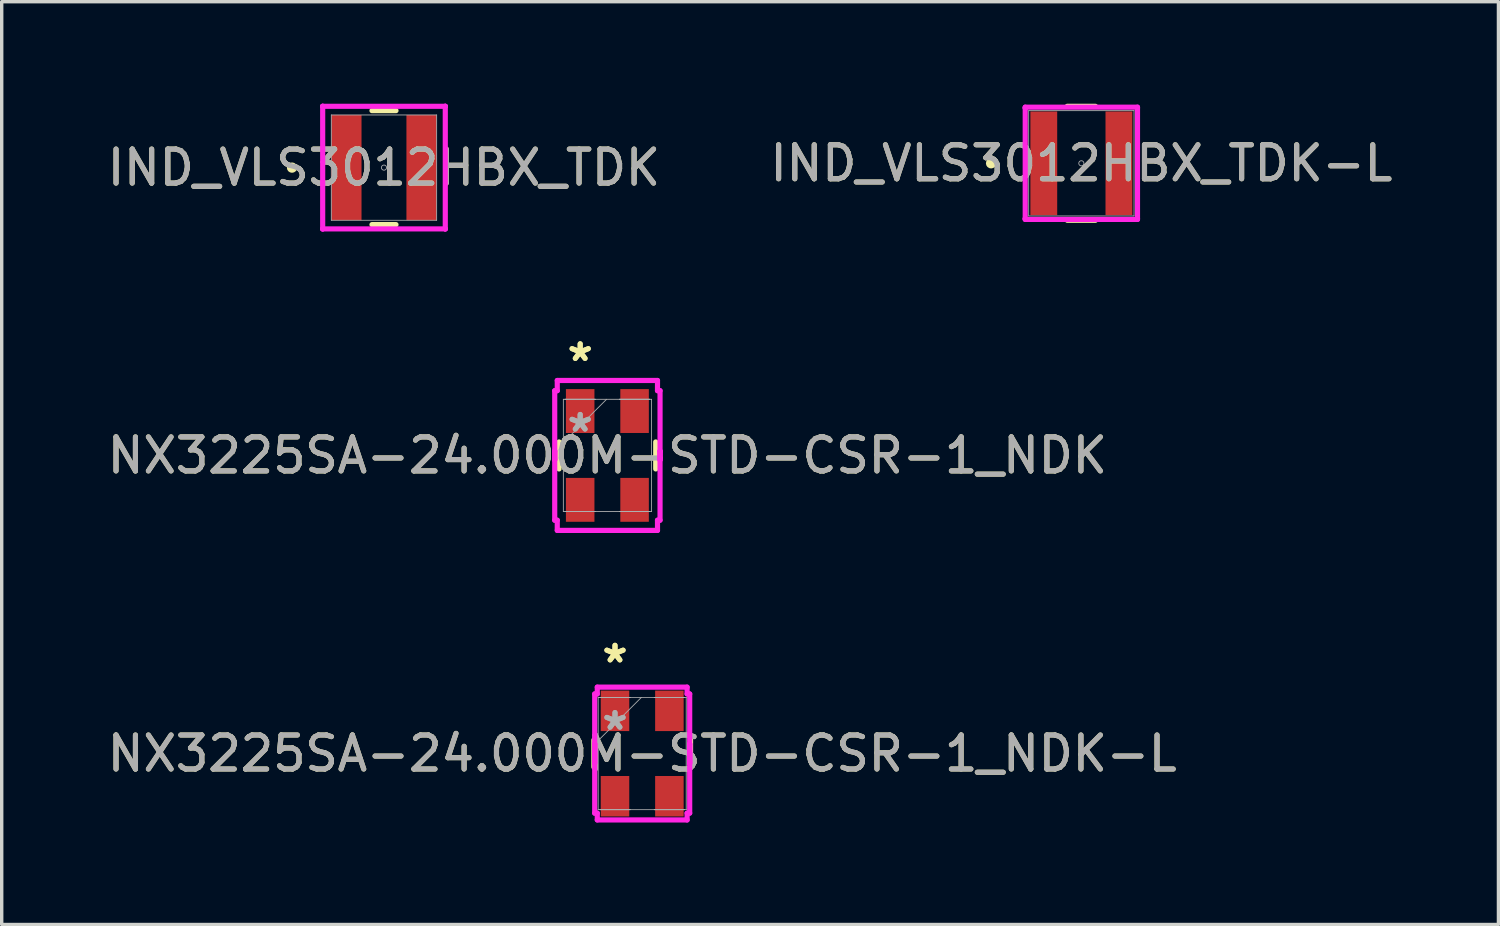
<source format=kicad_pcb>
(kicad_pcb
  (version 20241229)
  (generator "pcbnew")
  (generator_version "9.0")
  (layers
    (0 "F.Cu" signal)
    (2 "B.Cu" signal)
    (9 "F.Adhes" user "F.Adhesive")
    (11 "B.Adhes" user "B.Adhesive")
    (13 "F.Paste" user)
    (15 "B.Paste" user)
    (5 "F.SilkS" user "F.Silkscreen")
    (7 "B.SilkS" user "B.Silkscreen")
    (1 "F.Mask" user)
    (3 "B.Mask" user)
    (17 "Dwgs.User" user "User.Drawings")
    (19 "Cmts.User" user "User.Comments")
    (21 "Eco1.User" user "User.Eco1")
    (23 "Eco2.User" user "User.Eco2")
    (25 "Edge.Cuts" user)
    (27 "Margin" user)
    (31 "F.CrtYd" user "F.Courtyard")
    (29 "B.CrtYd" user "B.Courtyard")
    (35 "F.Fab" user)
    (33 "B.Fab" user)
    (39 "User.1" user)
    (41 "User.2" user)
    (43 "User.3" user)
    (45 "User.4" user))
  (footprint "IND_VLS3012HBX_TDK-L"
    (layer "F.Cu")
    (at 28.756 1.753)
    (property "Reference" "IND_VLS3012HBX_TDK-L" (at 0 0 0) (unlocked yes) (layer "F.SilkS") (effects (font (size 1 1) (thickness 0.15))))
    (attr smd)
    (fp_line (start -0.414 1.676) (end 0.414 1.676) (stroke (width 0.152) (type solid)) (layer "F.SilkS"))
    (fp_line (start 0.414 -1.676) (end -0.414 -1.676) (stroke (width 0.152) (type solid)) (layer "F.SilkS"))
    (fp_circle (center -2.655 0) (end -2.579 0) (stroke (width 0.152) (type solid)) (fill no) (layer "F.SilkS"))
    (fp_line (start -1.651 -1.651) (end 1.651 -1.651) (stroke (width 0.152) (type solid)) (layer "F.CrtYd"))
    (fp_line (start -1.651 -1.626) (end -1.651 -1.651) (stroke (width 0.152) (type solid)) (layer "F.CrtYd"))
    (fp_line (start -1.651 -1.626) (end -1.651 -1.626) (stroke (width 0.152) (type solid)) (layer "F.CrtYd"))
    (fp_line (start -1.651 1.626) (end -1.651 -1.626) (stroke (width 0.152) (type solid)) (layer "F.CrtYd"))
    (fp_line (start -1.651 1.626) (end -1.651 1.626) (stroke (width 0.152) (type solid)) (layer "F.CrtYd"))
    (fp_line (start -1.651 1.651) (end -1.651 1.626) (stroke (width 0.152) (type solid)) (layer "F.CrtYd"))
    (fp_line (start 1.651 -1.651) (end 1.651 -1.626) (stroke (width 0.152) (type solid)) (layer "F.CrtYd"))
    (fp_line (start 1.651 -1.626) (end 1.651 -1.626) (stroke (width 0.152) (type solid)) (layer "F.CrtYd"))
    (fp_line (start 1.651 -1.626) (end 1.651 1.626) (stroke (width 0.152) (type solid)) (layer "F.CrtYd"))
    (fp_line (start 1.651 1.626) (end 1.651 1.626) (stroke (width 0.152) (type solid)) (layer "F.CrtYd"))
    (fp_line (start 1.651 1.626) (end 1.651 1.651) (stroke (width 0.152) (type solid)) (layer "F.CrtYd"))
    (fp_line (start 1.651 1.651) (end -1.651 1.651) (stroke (width 0.152) (type solid)) (layer "F.CrtYd"))
    (fp_line (start -1.549 -1.549) (end -1.549 1.549) (stroke (width 0.025) (type solid)) (layer "F.Fab"))
    (fp_line (start -1.549 1.549) (end 1.549 1.549) (stroke (width 0.025) (type solid)) (layer "F.Fab"))
    (fp_line (start 1.549 -1.549) (end -1.549 -1.549) (stroke (width 0.025) (type solid)) (layer "F.Fab"))
    (fp_line (start 1.549 1.549) (end 1.549 -1.549) (stroke (width 0.025) (type solid)) (layer "F.Fab"))
    (fp_circle (center 0 0) (end 0.076 0) (stroke (width 0.025) (type solid)) (fill no) (layer "F.Fab"))
    (fp_text user "${REFERENCE}" (at 0 0 0) (unlocked yes) (layer "F.Fab") (effects (font (size 1 1) (thickness 0.15))))
    (pad "1" smd rect (at -1.105 0) (size 0.789 3.049) (layers "F.Cu" "F.Mask" "F.Paste"))
    (pad "2" smd rect (at 1.105 0) (size 0.789 3.049) (layers "F.Cu" "F.Mask" "F.Paste")))
  (footprint "NX3225SA-24.000M-STD-CSR-1_NDK-L"
    (layer "F.Cu")
    (at 15.839 19.114)
    (property "Reference" "NX3225SA-24.000M-STD-CSR-1_NDK-L" (at 0 0 0) (unlocked yes) (layer "F.SilkS") (effects (font (size 1 1) (thickness 0.15))))
    (attr smd)
    (fp_line (start -1.422 -0.397) (end -1.422 0.397) (stroke (width 0.152) (type solid)) (layer "F.SilkS"))
    (fp_line (start 1.422 0.397) (end 1.422 -0.397) (stroke (width 0.152) (type solid)) (layer "F.SilkS"))
    (fp_line (start -1.397 -1.753) (end -1.321 -1.753) (stroke (width 0.152) (type solid)) (layer "F.CrtYd"))
    (fp_line (start -1.397 -0.279) (end -1.397 -0.279) (stroke (width 0.152) (type solid)) (layer "F.CrtYd"))
    (fp_line (start -1.397 -0.279) (end -1.397 0.279) (stroke (width 0.152) (type solid)) (layer "F.CrtYd"))
    (fp_line (start -1.397 0.279) (end -1.397 -1.753) (stroke (width 0.152) (type solid)) (layer "F.CrtYd"))
    (fp_line (start -1.397 0.279) (end -1.397 0.279) (stroke (width 0.152) (type solid)) (layer "F.CrtYd"))
    (fp_line (start -1.397 1.753) (end -1.397 -0.279) (stroke (width 0.152) (type solid)) (layer "F.CrtYd"))
    (fp_line (start -1.321 -1.953) (end 1.321 -1.953) (stroke (width 0.152) (type solid)) (layer "F.CrtYd"))
    (fp_line (start -1.321 -1.753) (end -1.321 -1.953) (stroke (width 0.152) (type solid)) (layer "F.CrtYd"))
    (fp_line (start -1.321 1.753) (end -1.397 1.753) (stroke (width 0.152) (type solid)) (layer "F.CrtYd"))
    (fp_line (start -1.321 1.953) (end -1.321 1.753) (stroke (width 0.152) (type solid)) (layer "F.CrtYd"))
    (fp_line (start 1.321 -1.953) (end 1.321 -1.753) (stroke (width 0.152) (type solid)) (layer "F.CrtYd"))
    (fp_line (start 1.321 -1.753) (end 1.397 -1.753) (stroke (width 0.152) (type solid)) (layer "F.CrtYd"))
    (fp_line (start 1.321 1.753) (end 1.321 1.953) (stroke (width 0.152) (type solid)) (layer "F.CrtYd"))
    (fp_line (start 1.321 1.953) (end -1.321 1.953) (stroke (width 0.152) (type solid)) (layer "F.CrtYd"))
    (fp_line (start 1.397 -1.753) (end 1.397 0.279) (stroke (width 0.152) (type solid)) (layer "F.CrtYd"))
    (fp_line (start 1.397 -0.279) (end 1.397 -0.279) (stroke (width 0.152) (type solid)) (layer "F.CrtYd"))
    (fp_line (start 1.397 -0.279) (end 1.397 1.753) (stroke (width 0.152) (type solid)) (layer "F.CrtYd"))
    (fp_line (start 1.397 0.279) (end 1.397 -0.279) (stroke (width 0.152) (type solid)) (layer "F.CrtYd"))
    (fp_line (start 1.397 0.279) (end 1.397 0.279) (stroke (width 0.152) (type solid)) (layer "F.CrtYd"))
    (fp_line (start 1.397 1.753) (end 1.321 1.753) (stroke (width 0.152) (type solid)) (layer "F.CrtYd"))
    (fp_line (start -1.295 -1.651) (end -1.295 -1.651) (stroke (width 0.025) (type solid)) (layer "F.Fab"))
    (fp_line (start -1.295 -1.651) (end -1.295 1.651) (stroke (width 0.025) (type solid)) (layer "F.Fab"))
    (fp_line (start -1.295 -0.381) (end -0.025 -1.651) (stroke (width 0.025) (type solid)) (layer "F.Fab"))
    (fp_line (start -1.295 1.651) (end -1.295 1.651) (stroke (width 0.025) (type solid)) (layer "F.Fab"))
    (fp_line (start -1.295 1.651) (end 1.295 1.651) (stroke (width 0.025) (type solid)) (layer "F.Fab"))
    (fp_line (start -1.245 -1.651) (end -1.245 -1.651) (stroke (width 0.025) (type solid)) (layer "F.Fab"))
    (fp_line (start -1.245 -1.651) (end -0.356 -1.651) (stroke (width 0.025) (type solid)) (layer "F.Fab"))
    (fp_line (start -1.245 1.651) (end -1.245 1.651) (stroke (width 0.025) (type solid)) (layer "F.Fab"))
    (fp_line (start -1.245 1.651) (end -0.356 1.651) (stroke (width 0.025) (type solid)) (layer "F.Fab"))
    (fp_line (start -0.356 -1.651) (end -1.245 -1.651) (stroke (width 0.025) (type solid)) (layer "F.Fab"))
    (fp_line (start -0.356 -1.651) (end -0.356 -1.651) (stroke (width 0.025) (type solid)) (layer "F.Fab"))
    (fp_line (start -0.356 1.651) (end -1.245 1.651) (stroke (width 0.025) (type solid)) (layer "F.Fab"))
    (fp_line (start -0.356 1.651) (end -0.356 1.651) (stroke (width 0.025) (type solid)) (layer "F.Fab"))
    (fp_line (start 0.356 -1.651) (end 0.356 -1.651) (stroke (width 0.025) (type solid)) (layer "F.Fab"))
    (fp_line (start 0.356 -1.651) (end 1.245 -1.651) (stroke (width 0.025) (type solid)) (layer "F.Fab"))
    (fp_line (start 0.356 1.651) (end 0.356 1.651) (stroke (width 0.025) (type solid)) (layer "F.Fab"))
    (fp_line (start 0.356 1.651) (end 1.245 1.651) (stroke (width 0.025) (type solid)) (layer "F.Fab"))
    (fp_line (start 1.245 -1.651) (end 0.356 -1.651) (stroke (width 0.025) (type solid)) (layer "F.Fab"))
    (fp_line (start 1.245 -1.651) (end 1.245 -1.651) (stroke (width 0.025) (type solid)) (layer "F.Fab"))
    (fp_line (start 1.245 1.651) (end 0.356 1.651) (stroke (width 0.025) (type solid)) (layer "F.Fab"))
    (fp_line (start 1.245 1.651) (end 1.245 1.651) (stroke (width 0.025) (type solid)) (layer "F.Fab"))
    (fp_line (start 1.295 -1.651) (end -1.295 -1.651) (stroke (width 0.025) (type solid)) (layer "F.Fab"))
    (fp_line (start 1.295 -1.651) (end 1.295 -1.651) (stroke (width 0.025) (type solid)) (layer "F.Fab"))
    (fp_line (start 1.295 1.651) (end 1.295 -1.651) (stroke (width 0.025) (type solid)) (layer "F.Fab"))
    (fp_line (start 1.295 1.651) (end 1.295 1.651) (stroke (width 0.025) (type solid)) (layer "F.Fab"))
    (fp_text user "*" (at -0.8 -2.638 0) (layer "F.SilkS") (effects (font (size 1 1) (thickness 0.15))))
    (fp_text user "*" (at -0.8 -2.638 0) (unlocked yes) (layer "F.SilkS") (effects (font (size 1 1) (thickness 0.15))))
    (fp_text user "${REFERENCE}" (at 0 0 0) (unlocked yes) (layer "F.Fab") (effects (font (size 1 1) (thickness 0.15))))
    (fp_text user "*" (at -0.8 -0.66 0) (unlocked yes) (layer "F.Fab") (effects (font (size 1 1) (thickness 0.15))))
    (fp_text user "*" (at -0.8 -0.66 0) (layer "F.Fab") (effects (font (size 1 1) (thickness 0.15))))
    (pad "1" smd rect (at -0.8 -1.256) (size 0.839 1.191) (layers "F.Cu" "F.Mask" "F.Paste"))
    (pad "2" smd rect (at -0.8 1.256) (size 0.839 1.191) (layers "F.Cu" "F.Mask" "F.Paste"))
    (pad "3" smd rect (at 0.8 1.256) (size 0.839 1.191) (layers "F.Cu" "F.Mask" "F.Paste"))
    (pad "4" smd rect (at 0.8 -1.256) (size 0.839 1.191) (layers "F.Cu" "F.Mask" "F.Paste")))
  (footprint "IND_VLS3012HBX_TDK"
    (layer "F.Cu")
    (at 8.244 1.88)
    (property "Reference" "IND_VLS3012HBX_TDK" (at 0 0 0) (unlocked yes) (layer "F.SilkS") (effects (font (size 1 1) (thickness 0.15))))
    (attr smd)
    (fp_line (start -0.353 1.676) (end 0.353 1.676) (stroke (width 0.152) (type solid)) (layer "F.SilkS"))
    (fp_line (start 0.353 -1.676) (end -0.353 -1.676) (stroke (width 0.152) (type solid)) (layer "F.SilkS"))
    (fp_circle (center -2.705 0) (end -2.629 0) (stroke (width 0.152) (type solid)) (fill no) (layer "F.SilkS"))
    (fp_line (start -1.803 -1.803) (end -1.803 -1.803) (stroke (width 0.152) (type solid)) (layer "F.CrtYd"))
    (fp_line (start -1.803 -1.803) (end -1.803 -1.803) (stroke (width 0.152) (type solid)) (layer "F.CrtYd"))
    (fp_line (start -1.803 -1.803) (end 1.803 -1.803) (stroke (width 0.152) (type solid)) (layer "F.CrtYd"))
    (fp_line (start -1.803 1.803) (end -1.803 -1.803) (stroke (width 0.152) (type solid)) (layer "F.CrtYd"))
    (fp_line (start -1.803 1.803) (end -1.803 1.803) (stroke (width 0.152) (type solid)) (layer "F.CrtYd"))
    (fp_line (start -1.803 1.803) (end -1.803 1.803) (stroke (width 0.152) (type solid)) (layer "F.CrtYd"))
    (fp_line (start 1.803 -1.803) (end 1.803 -1.803) (stroke (width 0.152) (type solid)) (layer "F.CrtYd"))
    (fp_line (start 1.803 -1.803) (end 1.803 -1.803) (stroke (width 0.152) (type solid)) (layer "F.CrtYd"))
    (fp_line (start 1.803 -1.803) (end 1.803 1.803) (stroke (width 0.152) (type solid)) (layer "F.CrtYd"))
    (fp_line (start 1.803 1.803) (end -1.803 1.803) (stroke (width 0.152) (type solid)) (layer "F.CrtYd"))
    (fp_line (start 1.803 1.803) (end 1.803 1.803) (stroke (width 0.152) (type solid)) (layer "F.CrtYd"))
    (fp_line (start 1.803 1.803) (end 1.803 1.803) (stroke (width 0.152) (type solid)) (layer "F.CrtYd"))
    (fp_line (start -1.549 -1.549) (end -1.549 1.549) (stroke (width 0.025) (type solid)) (layer "F.Fab"))
    (fp_line (start -1.549 1.549) (end 1.549 1.549) (stroke (width 0.025) (type solid)) (layer "F.Fab"))
    (fp_line (start 1.549 -1.549) (end -1.549 -1.549) (stroke (width 0.025) (type solid)) (layer "F.Fab"))
    (fp_line (start 1.549 1.549) (end 1.549 -1.549) (stroke (width 0.025) (type solid)) (layer "F.Fab"))
    (fp_circle (center 0 0) (end 0.076 0) (stroke (width 0.025) (type solid)) (fill no) (layer "F.Fab"))
    (fp_text user "${REFERENCE}" (at 0 0 0) (unlocked yes) (layer "F.Fab") (effects (font (size 1 1) (thickness 0.15))))
    (pad "1" smd rect (at -1.105 0) (size 0.889 3.099) (layers "F.Cu" "F.Mask" "F.Paste"))
    (pad "2" smd rect (at 1.105 0) (size 0.889 3.099) (layers "F.Cu" "F.Mask" "F.Paste")))
  (footprint "NX3225SA-24.000M-STD-CSR-1_NDK"
    (layer "F.Cu")
    (at 14.815 10.346)
    (property "Reference" "NX3225SA-24.000M-STD-CSR-1_NDK" (at 0 0 0) (unlocked yes) (layer "F.SilkS") (effects (font (size 1 1) (thickness 0.15))))
    (attr smd)
    (fp_line (start -1.422 -0.397) (end -1.422 0.397) (stroke (width 0.152) (type solid)) (layer "F.SilkS"))
    (fp_line (start 1.422 0.397) (end 1.422 -0.397) (stroke (width 0.152) (type solid)) (layer "F.SilkS"))
    (fp_line (start -1.549 -1.905) (end -1.474 -1.905) (stroke (width 0.152) (type solid)) (layer "F.CrtYd"))
    (fp_line (start -1.549 -0.127) (end -1.549 -0.127) (stroke (width 0.152) (type solid)) (layer "F.CrtYd"))
    (fp_line (start -1.549 -0.127) (end -1.549 0.127) (stroke (width 0.152) (type solid)) (layer "F.CrtYd"))
    (fp_line (start -1.549 0.127) (end -1.549 -1.905) (stroke (width 0.152) (type solid)) (layer "F.CrtYd"))
    (fp_line (start -1.549 0.127) (end -1.549 0.127) (stroke (width 0.152) (type solid)) (layer "F.CrtYd"))
    (fp_line (start -1.549 1.905) (end -1.549 -0.127) (stroke (width 0.152) (type solid)) (layer "F.CrtYd"))
    (fp_line (start -1.474 -2.205) (end 1.474 -2.205) (stroke (width 0.152) (type solid)) (layer "F.CrtYd"))
    (fp_line (start -1.474 -1.905) (end -1.474 -2.205) (stroke (width 0.152) (type solid)) (layer "F.CrtYd"))
    (fp_line (start -1.474 1.905) (end -1.549 1.905) (stroke (width 0.152) (type solid)) (layer "F.CrtYd"))
    (fp_line (start -1.474 2.205) (end -1.474 1.905) (stroke (width 0.152) (type solid)) (layer "F.CrtYd"))
    (fp_line (start 1.474 -2.205) (end 1.474 -1.905) (stroke (width 0.152) (type solid)) (layer "F.CrtYd"))
    (fp_line (start 1.474 -1.905) (end 1.549 -1.905) (stroke (width 0.152) (type solid)) (layer "F.CrtYd"))
    (fp_line (start 1.474 1.905) (end 1.474 2.205) (stroke (width 0.152) (type solid)) (layer "F.CrtYd"))
    (fp_line (start 1.474 2.205) (end -1.474 2.205) (stroke (width 0.152) (type solid)) (layer "F.CrtYd"))
    (fp_line (start 1.549 -1.905) (end 1.549 0.127) (stroke (width 0.152) (type solid)) (layer "F.CrtYd"))
    (fp_line (start 1.549 -0.127) (end 1.549 -0.127) (stroke (width 0.152) (type solid)) (layer "F.CrtYd"))
    (fp_line (start 1.549 -0.127) (end 1.549 1.905) (stroke (width 0.152) (type solid)) (layer "F.CrtYd"))
    (fp_line (start 1.549 0.127) (end 1.549 -0.127) (stroke (width 0.152) (type solid)) (layer "F.CrtYd"))
    (fp_line (start 1.549 0.127) (end 1.549 0.127) (stroke (width 0.152) (type solid)) (layer "F.CrtYd"))
    (fp_line (start 1.549 1.905) (end 1.474 1.905) (stroke (width 0.152) (type solid)) (layer "F.CrtYd"))
    (fp_line (start -1.295 -1.651) (end -1.295 -1.651) (stroke (width 0.025) (type solid)) (layer "F.Fab"))
    (fp_line (start -1.295 -1.651) (end -1.295 1.651) (stroke (width 0.025) (type solid)) (layer "F.Fab"))
    (fp_line (start -1.295 -0.381) (end -0.025 -1.651) (stroke (width 0.025) (type solid)) (layer "F.Fab"))
    (fp_line (start -1.295 1.651) (end -1.295 1.651) (stroke (width 0.025) (type solid)) (layer "F.Fab"))
    (fp_line (start -1.295 1.651) (end 1.295 1.651) (stroke (width 0.025) (type solid)) (layer "F.Fab"))
    (fp_line (start -1.245 -1.651) (end -1.245 -1.651) (stroke (width 0.025) (type solid)) (layer "F.Fab"))
    (fp_line (start -1.245 -1.651) (end -0.356 -1.651) (stroke (width 0.025) (type solid)) (layer "F.Fab"))
    (fp_line (start -1.245 1.651) (end -1.245 1.651) (stroke (width 0.025) (type solid)) (layer "F.Fab"))
    (fp_line (start -1.245 1.651) (end -0.356 1.651) (stroke (width 0.025) (type solid)) (layer "F.Fab"))
    (fp_line (start -0.356 -1.651) (end -1.245 -1.651) (stroke (width 0.025) (type solid)) (layer "F.Fab"))
    (fp_line (start -0.356 -1.651) (end -0.356 -1.651) (stroke (width 0.025) (type solid)) (layer "F.Fab"))
    (fp_line (start -0.356 1.651) (end -1.245 1.651) (stroke (width 0.025) (type solid)) (layer "F.Fab"))
    (fp_line (start -0.356 1.651) (end -0.356 1.651) (stroke (width 0.025) (type solid)) (layer "F.Fab"))
    (fp_line (start 0.356 -1.651) (end 0.356 -1.651) (stroke (width 0.025) (type solid)) (layer "F.Fab"))
    (fp_line (start 0.356 -1.651) (end 1.245 -1.651) (stroke (width 0.025) (type solid)) (layer "F.Fab"))
    (fp_line (start 0.356 1.651) (end 0.356 1.651) (stroke (width 0.025) (type solid)) (layer "F.Fab"))
    (fp_line (start 0.356 1.651) (end 1.245 1.651) (stroke (width 0.025) (type solid)) (layer "F.Fab"))
    (fp_line (start 1.245 -1.651) (end 0.356 -1.651) (stroke (width 0.025) (type solid)) (layer "F.Fab"))
    (fp_line (start 1.245 -1.651) (end 1.245 -1.651) (stroke (width 0.025) (type solid)) (layer "F.Fab"))
    (fp_line (start 1.245 1.651) (end 0.356 1.651) (stroke (width 0.025) (type solid)) (layer "F.Fab"))
    (fp_line (start 1.245 1.651) (end 1.245 1.651) (stroke (width 0.025) (type solid)) (layer "F.Fab"))
    (fp_line (start 1.295 -1.651) (end -1.295 -1.651) (stroke (width 0.025) (type solid)) (layer "F.Fab"))
    (fp_line (start 1.295 -1.651) (end 1.295 -1.651) (stroke (width 0.025) (type solid)) (layer "F.Fab"))
    (fp_line (start 1.295 1.651) (end 1.295 -1.651) (stroke (width 0.025) (type solid)) (layer "F.Fab"))
    (fp_line (start 1.295 1.651) (end 1.295 1.651) (stroke (width 0.025) (type solid)) (layer "F.Fab"))
    (fp_text user "*" (at -0.8 -2.738 0) (layer "F.SilkS") (effects (font (size 1 1) (thickness 0.15))))
    (fp_text user "*" (at -0.8 -2.738 0) (unlocked yes) (layer "F.SilkS") (effects (font (size 1 1) (thickness 0.15))))
    (fp_text user "${REFERENCE}" (at 0 0 0) (unlocked yes) (layer "F.Fab") (effects (font (size 1 1) (thickness 0.15))))
    (fp_text user "*" (at -0.8 -0.66 0) (unlocked yes) (layer "F.Fab") (effects (font (size 1 1) (thickness 0.15))))
    (fp_text user "*" (at -0.8 -0.66 0) (layer "F.Fab") (effects (font (size 1 1) (thickness 0.15))))
    (pad "1" smd rect (at -0.8 -1.306) (size 0.839 1.291) (layers "F.Cu" "F.Mask" "F.Paste"))
    (pad "2" smd rect (at -0.8 1.306) (size 0.839 1.291) (layers "F.Cu" "F.Mask" "F.Paste"))
    (pad "3" smd rect (at 0.8 1.306) (size 0.839 1.291) (layers "F.Cu" "F.Mask" "F.Paste"))
    (pad "4" smd rect (at 0.8 -1.306) (size 0.839 1.291) (layers "F.Cu" "F.Mask" "F.Paste")))
  (gr_rect
    (start -3 -3)
    (end 41.024 24.142)
    (stroke (width 0.1) (type default))
    (fill no)
    (layer "Edge.Cuts")))
</source>
